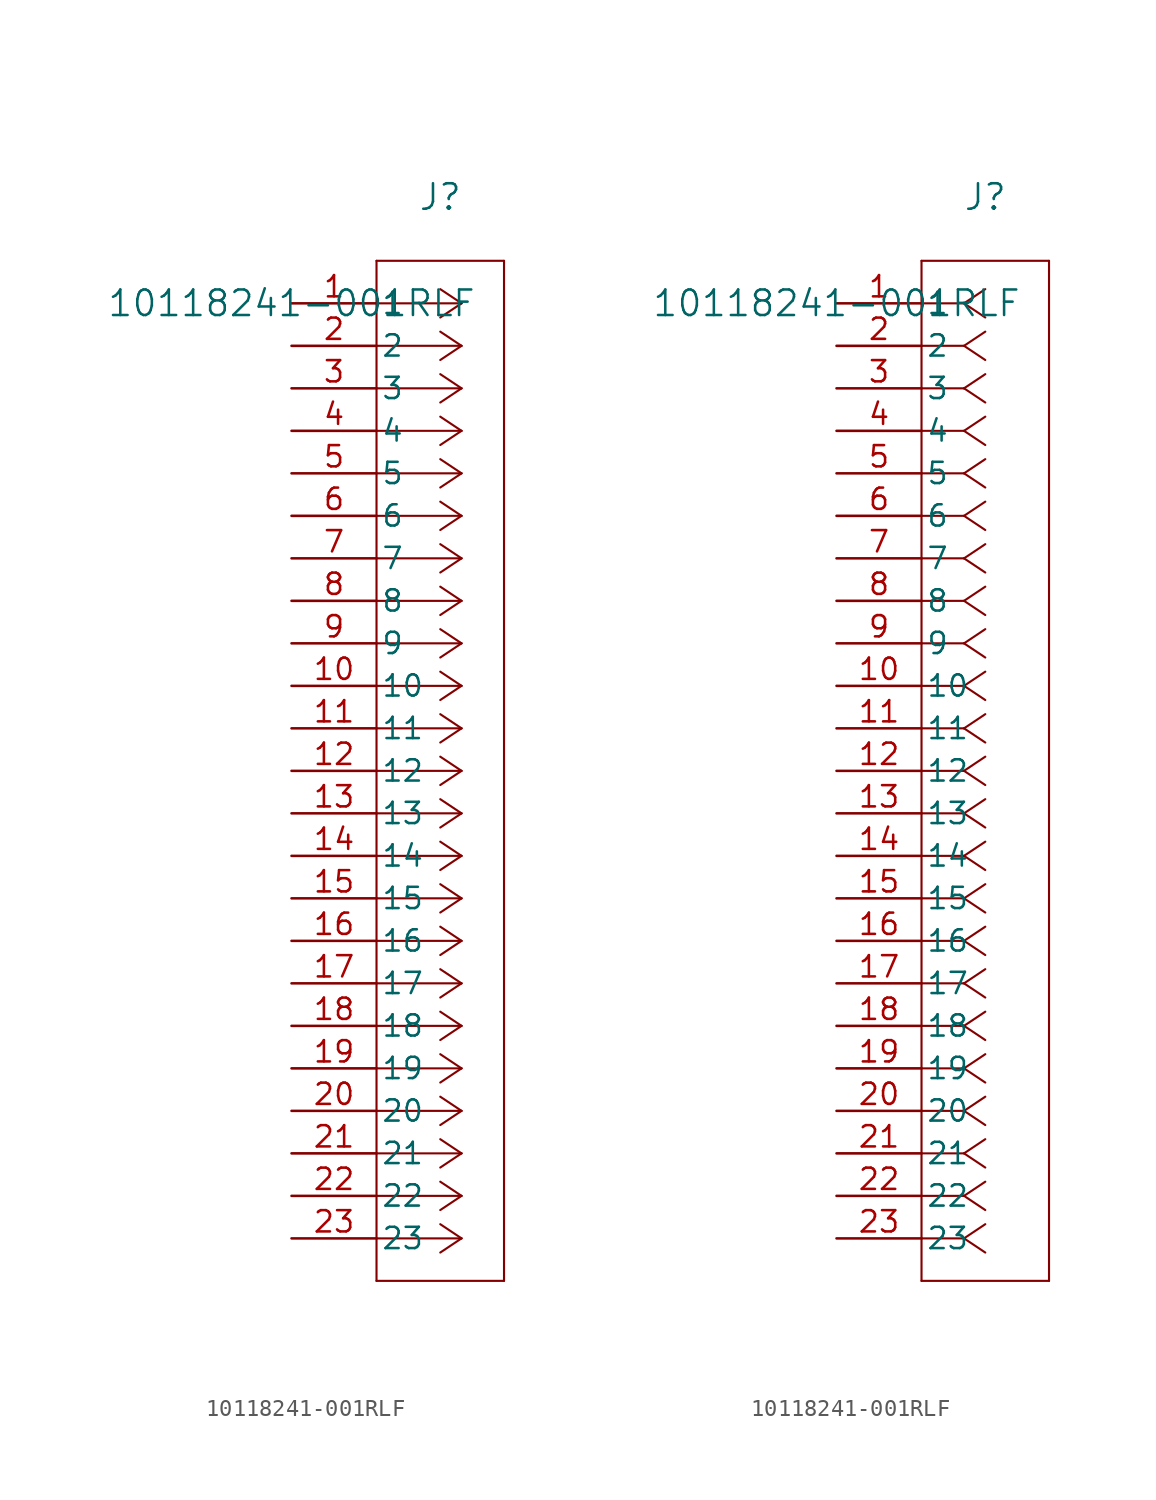
<source format=kicad_sym>
(kicad_symbol_lib
  (version 20211014)
  (generator kicad_symbol_editor)
  (symbol "10118241-001RLF"
    (pin_names
      (offset 0.254))
    (property "Reference" "J"
      (at 8.89 6.35 0)
      (effects (font (size 1.524 1.524))))
    (property "Value" "10118241-001RLF"
      (at 0 0 0)
      (effects (font (size 1.524 1.524))))
    (symbol "10118241-001RLF_1_1"
      (polyline (pts (xy 10.16 0) (xy 5.08 0)) (stroke (width 0.127) (type default) (color 0 0 0 0)) (fill (type none)))
      (polyline (pts (xy 10.16 -2.54) (xy 5.08 -2.54)) (stroke (width 0.127) (type default) (color 0 0 0 0)) (fill (type none)))
      (polyline (pts (xy 10.16 -5.08) (xy 5.08 -5.08)) (stroke (width 0.127) (type default) (color 0 0 0 0)) (fill (type none)))
      (polyline (pts (xy 10.16 -7.62) (xy 5.08 -7.62)) (stroke (width 0.127) (type default) (color 0 0 0 0)) (fill (type none)))
      (polyline (pts (xy 10.16 -10.16) (xy 5.08 -10.16)) (stroke (width 0.127) (type default) (color 0 0 0 0)) (fill (type none)))
      (polyline (pts (xy 10.16 -12.7) (xy 5.08 -12.7)) (stroke (width 0.127) (type default) (color 0 0 0 0)) (fill (type none)))
      (polyline (pts (xy 10.16 -15.24) (xy 5.08 -15.24)) (stroke (width 0.127) (type default) (color 0 0 0 0)) (fill (type none)))
      (polyline (pts (xy 10.16 -17.78) (xy 5.08 -17.78)) (stroke (width 0.127) (type default) (color 0 0 0 0)) (fill (type none)))
      (polyline (pts (xy 10.16 -20.32) (xy 5.08 -20.32)) (stroke (width 0.127) (type default) (color 0 0 0 0)) (fill (type none)))
      (polyline (pts (xy 10.16 -22.86) (xy 5.08 -22.86)) (stroke (width 0.127) (type default) (color 0 0 0 0)) (fill (type none)))
      (polyline (pts (xy 10.16 -25.4) (xy 5.08 -25.4)) (stroke (width 0.127) (type default) (color 0 0 0 0)) (fill (type none)))
      (polyline (pts (xy 10.16 -27.94) (xy 5.08 -27.94)) (stroke (width 0.127) (type default) (color 0 0 0 0)) (fill (type none)))
      (polyline (pts (xy 10.16 -30.48) (xy 5.08 -30.48)) (stroke (width 0.127) (type default) (color 0 0 0 0)) (fill (type none)))
      (polyline (pts (xy 10.16 -33.02) (xy 5.08 -33.02)) (stroke (width 0.127) (type default) (color 0 0 0 0)) (fill (type none)))
      (polyline (pts (xy 10.16 -35.56) (xy 5.08 -35.56)) (stroke (width 0.127) (type default) (color 0 0 0 0)) (fill (type none)))
      (polyline (pts (xy 10.16 -38.1) (xy 5.08 -38.1)) (stroke (width 0.127) (type default) (color 0 0 0 0)) (fill (type none)))
      (polyline (pts (xy 10.16 -40.64) (xy 5.08 -40.64)) (stroke (width 0.127) (type default) (color 0 0 0 0)) (fill (type none)))
      (polyline (pts (xy 10.16 -43.18) (xy 5.08 -43.18)) (stroke (width 0.127) (type default) (color 0 0 0 0)) (fill (type none)))
      (polyline (pts (xy 10.16 -45.72) (xy 5.08 -45.72)) (stroke (width 0.127) (type default) (color 0 0 0 0)) (fill (type none)))
      (polyline (pts (xy 10.16 -48.26) (xy 5.08 -48.26)) (stroke (width 0.127) (type default) (color 0 0 0 0)) (fill (type none)))
      (polyline (pts (xy 10.16 -50.8) (xy 5.08 -50.8)) (stroke (width 0.127) (type default) (color 0 0 0 0)) (fill (type none)))
      (polyline (pts (xy 10.16 -53.34) (xy 5.08 -53.34)) (stroke (width 0.127) (type default) (color 0 0 0 0)) (fill (type none)))
      (polyline (pts (xy 10.16 -55.88) (xy 5.08 -55.88)) (stroke (width 0.127) (type default) (color 0 0 0 0)) (fill (type none)))
      (polyline (pts (xy 10.16 0) (xy 8.89 0.847)) (stroke (width 0.127) (type default) (color 0 0 0 0)) (fill (type none)))
      (polyline (pts (xy 10.16 -2.54) (xy 8.89 -1.693)) (stroke (width 0.127) (type default) (color 0 0 0 0)) (fill (type none)))
      (polyline (pts (xy 10.16 -5.08) (xy 8.89 -4.233)) (stroke (width 0.127) (type default) (color 0 0 0 0)) (fill (type none)))
      (polyline (pts (xy 10.16 -7.62) (xy 8.89 -6.773)) (stroke (width 0.127) (type default) (color 0 0 0 0)) (fill (type none)))
      (polyline (pts (xy 10.16 -10.16) (xy 8.89 -9.313)) (stroke (width 0.127) (type default) (color 0 0 0 0)) (fill (type none)))
      (polyline (pts (xy 10.16 -12.7) (xy 8.89 -11.853)) (stroke (width 0.127) (type default) (color 0 0 0 0)) (fill (type none)))
      (polyline (pts (xy 10.16 -15.24) (xy 8.89 -14.393)) (stroke (width 0.127) (type default) (color 0 0 0 0)) (fill (type none)))
      (polyline (pts (xy 10.16 -17.78) (xy 8.89 -16.933)) (stroke (width 0.127) (type default) (color 0 0 0 0)) (fill (type none)))
      (polyline (pts (xy 10.16 -20.32) (xy 8.89 -19.473)) (stroke (width 0.127) (type default) (color 0 0 0 0)) (fill (type none)))
      (polyline (pts (xy 10.16 -22.86) (xy 8.89 -22.013)) (stroke (width 0.127) (type default) (color 0 0 0 0)) (fill (type none)))
      (polyline (pts (xy 10.16 -25.4) (xy 8.89 -24.553)) (stroke (width 0.127) (type default) (color 0 0 0 0)) (fill (type none)))
      (polyline (pts (xy 10.16 -27.94) (xy 8.89 -27.093)) (stroke (width 0.127) (type default) (color 0 0 0 0)) (fill (type none)))
      (polyline (pts (xy 10.16 -30.48) (xy 8.89 -29.633)) (stroke (width 0.127) (type default) (color 0 0 0 0)) (fill (type none)))
      (polyline (pts (xy 10.16 -33.02) (xy 8.89 -32.173)) (stroke (width 0.127) (type default) (color 0 0 0 0)) (fill (type none)))
      (polyline (pts (xy 10.16 -35.56) (xy 8.89 -34.713)) (stroke (width 0.127) (type default) (color 0 0 0 0)) (fill (type none)))
      (polyline (pts (xy 10.16 -38.1) (xy 8.89 -37.253)) (stroke (width 0.127) (type default) (color 0 0 0 0)) (fill (type none)))
      (polyline (pts (xy 10.16 -40.64) (xy 8.89 -39.793)) (stroke (width 0.127) (type default) (color 0 0 0 0)) (fill (type none)))
      (polyline (pts (xy 10.16 -43.18) (xy 8.89 -42.333)) (stroke (width 0.127) (type default) (color 0 0 0 0)) (fill (type none)))
      (polyline (pts (xy 10.16 -45.72) (xy 8.89 -44.873)) (stroke (width 0.127) (type default) (color 0 0 0 0)) (fill (type none)))
      (polyline (pts (xy 10.16 -48.26) (xy 8.89 -47.413)) (stroke (width 0.127) (type default) (color 0 0 0 0)) (fill (type none)))
      (polyline (pts (xy 10.16 -50.8) (xy 8.89 -49.953)) (stroke (width 0.127) (type default) (color 0 0 0 0)) (fill (type none)))
      (polyline (pts (xy 10.16 -53.34) (xy 8.89 -52.493)) (stroke (width 0.127) (type default) (color 0 0 0 0)) (fill (type none)))
      (polyline (pts (xy 10.16 -55.88) (xy 8.89 -55.033)) (stroke (width 0.127) (type default) (color 0 0 0 0)) (fill (type none)))
      (polyline (pts (xy 10.16 0) (xy 8.89 -0.847)) (stroke (width 0.127) (type default) (color 0 0 0 0)) (fill (type none)))
      (polyline (pts (xy 10.16 -2.54) (xy 8.89 -3.387)) (stroke (width 0.127) (type default) (color 0 0 0 0)) (fill (type none)))
      (polyline (pts (xy 10.16 -5.08) (xy 8.89 -5.927)) (stroke (width 0.127) (type default) (color 0 0 0 0)) (fill (type none)))
      (polyline (pts (xy 10.16 -7.62) (xy 8.89 -8.467)) (stroke (width 0.127) (type default) (color 0 0 0 0)) (fill (type none)))
      (polyline (pts (xy 10.16 -10.16) (xy 8.89 -11.007)) (stroke (width 0.127) (type default) (color 0 0 0 0)) (fill (type none)))
      (polyline (pts (xy 10.16 -12.7) (xy 8.89 -13.547)) (stroke (width 0.127) (type default) (color 0 0 0 0)) (fill (type none)))
      (polyline (pts (xy 10.16 -15.24) (xy 8.89 -16.087)) (stroke (width 0.127) (type default) (color 0 0 0 0)) (fill (type none)))
      (polyline (pts (xy 10.16 -17.78) (xy 8.89 -18.627)) (stroke (width 0.127) (type default) (color 0 0 0 0)) (fill (type none)))
      (polyline (pts (xy 10.16 -20.32) (xy 8.89 -21.167)) (stroke (width 0.127) (type default) (color 0 0 0 0)) (fill (type none)))
      (polyline (pts (xy 10.16 -22.86) (xy 8.89 -23.707)) (stroke (width 0.127) (type default) (color 0 0 0 0)) (fill (type none)))
      (polyline (pts (xy 10.16 -25.4) (xy 8.89 -26.247)) (stroke (width 0.127) (type default) (color 0 0 0 0)) (fill (type none)))
      (polyline (pts (xy 10.16 -27.94) (xy 8.89 -28.787)) (stroke (width 0.127) (type default) (color 0 0 0 0)) (fill (type none)))
      (polyline (pts (xy 10.16 -30.48) (xy 8.89 -31.327)) (stroke (width 0.127) (type default) (color 0 0 0 0)) (fill (type none)))
      (polyline (pts (xy 10.16 -33.02) (xy 8.89 -33.867)) (stroke (width 0.127) (type default) (color 0 0 0 0)) (fill (type none)))
      (polyline (pts (xy 10.16 -35.56) (xy 8.89 -36.407)) (stroke (width 0.127) (type default) (color 0 0 0 0)) (fill (type none)))
      (polyline (pts (xy 10.16 -38.1) (xy 8.89 -38.947)) (stroke (width 0.127) (type default) (color 0 0 0 0)) (fill (type none)))
      (polyline (pts (xy 10.16 -40.64) (xy 8.89 -41.487)) (stroke (width 0.127) (type default) (color 0 0 0 0)) (fill (type none)))
      (polyline (pts (xy 10.16 -43.18) (xy 8.89 -44.027)) (stroke (width 0.127) (type default) (color 0 0 0 0)) (fill (type none)))
      (polyline (pts (xy 10.16 -45.72) (xy 8.89 -46.567)) (stroke (width 0.127) (type default) (color 0 0 0 0)) (fill (type none)))
      (polyline (pts (xy 10.16 -48.26) (xy 8.89 -49.107)) (stroke (width 0.127) (type default) (color 0 0 0 0)) (fill (type none)))
      (polyline (pts (xy 10.16 -50.8) (xy 8.89 -51.647)) (stroke (width 0.127) (type default) (color 0 0 0 0)) (fill (type none)))
      (polyline (pts (xy 10.16 -53.34) (xy 8.89 -54.187)) (stroke (width 0.127) (type default) (color 0 0 0 0)) (fill (type none)))
      (polyline (pts (xy 10.16 -55.88) (xy 8.89 -56.727)) (stroke (width 0.127) (type default) (color 0 0 0 0)) (fill (type none)))
      (polyline (pts (xy 5.08 2.54) (xy 5.08 -58.42)) (stroke (width 0.127) (type default) (color 0 0 0 0)) (fill (type none)))
      (polyline (pts (xy 5.08 -58.42) (xy 12.7 -58.42)) (stroke (width 0.127) (type default) (color 0 0 0 0)) (fill (type none)))
      (polyline (pts (xy 12.7 -58.42) (xy 12.7 2.54)) (stroke (width 0.127) (type default) (color 0 0 0 0)) (fill (type none)))
      (polyline (pts (xy 12.7 2.54) (xy 5.08 2.54)) (stroke (width 0.127) (type default) (color 0 0 0 0)) (fill (type none)))
      (pin unspecified line (at 0 0 0) (length 5.08) (name "1" (effects (font (size 1.27 1.27)))) (number "1" (effects (font (size 1.27 1.27)))))
      (pin unspecified line (at 0 -2.54 0) (length 5.08) (name "2" (effects (font (size 1.27 1.27)))) (number "2" (effects (font (size 1.27 1.27)))))
      (pin unspecified line (at 0 -5.08 0) (length 5.08) (name "3" (effects (font (size 1.27 1.27)))) (number "3" (effects (font (size 1.27 1.27)))))
      (pin unspecified line (at 0 -7.62 0) (length 5.08) (name "4" (effects (font (size 1.27 1.27)))) (number "4" (effects (font (size 1.27 1.27)))))
      (pin unspecified line (at 0 -10.16 0) (length 5.08) (name "5" (effects (font (size 1.27 1.27)))) (number "5" (effects (font (size 1.27 1.27)))))
      (pin unspecified line (at 0 -12.7 0) (length 5.08) (name "6" (effects (font (size 1.27 1.27)))) (number "6" (effects (font (size 1.27 1.27)))))
      (pin unspecified line (at 0 -15.24 0) (length 5.08) (name "7" (effects (font (size 1.27 1.27)))) (number "7" (effects (font (size 1.27 1.27)))))
      (pin unspecified line (at 0 -17.78 0) (length 5.08) (name "8" (effects (font (size 1.27 1.27)))) (number "8" (effects (font (size 1.27 1.27)))))
      (pin unspecified line (at 0 -20.32 0) (length 5.08) (name "9" (effects (font (size 1.27 1.27)))) (number "9" (effects (font (size 1.27 1.27)))))
      (pin unspecified line (at 0 -22.86 0) (length 5.08) (name "10" (effects (font (size 1.27 1.27)))) (number "10" (effects (font (size 1.27 1.27)))))
      (pin unspecified line (at 0 -25.4 0) (length 5.08) (name "11" (effects (font (size 1.27 1.27)))) (number "11" (effects (font (size 1.27 1.27)))))
      (pin unspecified line (at 0 -27.94 0) (length 5.08) (name "12" (effects (font (size 1.27 1.27)))) (number "12" (effects (font (size 1.27 1.27)))))
      (pin unspecified line (at 0 -30.48 0) (length 5.08) (name "13" (effects (font (size 1.27 1.27)))) (number "13" (effects (font (size 1.27 1.27)))))
      (pin unspecified line (at 0 -33.02 0) (length 5.08) (name "14" (effects (font (size 1.27 1.27)))) (number "14" (effects (font (size 1.27 1.27)))))
      (pin unspecified line (at 0 -35.56 0) (length 5.08) (name "15" (effects (font (size 1.27 1.27)))) (number "15" (effects (font (size 1.27 1.27)))))
      (pin unspecified line (at 0 -38.1 0) (length 5.08) (name "16" (effects (font (size 1.27 1.27)))) (number "16" (effects (font (size 1.27 1.27)))))
      (pin unspecified line (at 0 -40.64 0) (length 5.08) (name "17" (effects (font (size 1.27 1.27)))) (number "17" (effects (font (size 1.27 1.27)))))
      (pin unspecified line (at 0 -43.18 0) (length 5.08) (name "18" (effects (font (size 1.27 1.27)))) (number "18" (effects (font (size 1.27 1.27)))))
      (pin unspecified line (at 0 -45.72 0) (length 5.08) (name "19" (effects (font (size 1.27 1.27)))) (number "19" (effects (font (size 1.27 1.27)))))
      (pin unspecified line (at 0 -48.26 0) (length 5.08) (name "20" (effects (font (size 1.27 1.27)))) (number "20" (effects (font (size 1.27 1.27)))))
      (pin unspecified line (at 0 -50.8 0) (length 5.08) (name "21" (effects (font (size 1.27 1.27)))) (number "21" (effects (font (size 1.27 1.27)))))
      (pin unspecified line (at 0 -53.34 0) (length 5.08) (name "22" (effects (font (size 1.27 1.27)))) (number "22" (effects (font (size 1.27 1.27)))))
      (pin unspecified line (at 0 -55.88 0) (length 5.08) (name "23" (effects (font (size 1.27 1.27)))) (number "23" (effects (font (size 1.27 1.27))))))
    (symbol "10118241-001RLF_1_2"
      (polyline (pts (xy 7.62 0) (xy 5.08 0)) (stroke (width 0.127) (type default) (color 0 0 0 0)) (fill (type none)))
      (polyline (pts (xy 7.62 -2.54) (xy 5.08 -2.54)) (stroke (width 0.127) (type default) (color 0 0 0 0)) (fill (type none)))
      (polyline (pts (xy 7.62 -5.08) (xy 5.08 -5.08)) (stroke (width 0.127) (type default) (color 0 0 0 0)) (fill (type none)))
      (polyline (pts (xy 7.62 -7.62) (xy 5.08 -7.62)) (stroke (width 0.127) (type default) (color 0 0 0 0)) (fill (type none)))
      (polyline (pts (xy 7.62 -10.16) (xy 5.08 -10.16)) (stroke (width 0.127) (type default) (color 0 0 0 0)) (fill (type none)))
      (polyline (pts (xy 7.62 -12.7) (xy 5.08 -12.7)) (stroke (width 0.127) (type default) (color 0 0 0 0)) (fill (type none)))
      (polyline (pts (xy 7.62 -15.24) (xy 5.08 -15.24)) (stroke (width 0.127) (type default) (color 0 0 0 0)) (fill (type none)))
      (polyline (pts (xy 7.62 -17.78) (xy 5.08 -17.78)) (stroke (width 0.127) (type default) (color 0 0 0 0)) (fill (type none)))
      (polyline (pts (xy 7.62 -20.32) (xy 5.08 -20.32)) (stroke (width 0.127) (type default) (color 0 0 0 0)) (fill (type none)))
      (polyline (pts (xy 7.62 -22.86) (xy 5.08 -22.86)) (stroke (width 0.127) (type default) (color 0 0 0 0)) (fill (type none)))
      (polyline (pts (xy 7.62 -25.4) (xy 5.08 -25.4)) (stroke (width 0.127) (type default) (color 0 0 0 0)) (fill (type none)))
      (polyline (pts (xy 7.62 -27.94) (xy 5.08 -27.94)) (stroke (width 0.127) (type default) (color 0 0 0 0)) (fill (type none)))
      (polyline (pts (xy 7.62 -30.48) (xy 5.08 -30.48)) (stroke (width 0.127) (type default) (color 0 0 0 0)) (fill (type none)))
      (polyline (pts (xy 7.62 -33.02) (xy 5.08 -33.02)) (stroke (width 0.127) (type default) (color 0 0 0 0)) (fill (type none)))
      (polyline (pts (xy 7.62 -35.56) (xy 5.08 -35.56)) (stroke (width 0.127) (type default) (color 0 0 0 0)) (fill (type none)))
      (polyline (pts (xy 7.62 -38.1) (xy 5.08 -38.1)) (stroke (width 0.127) (type default) (color 0 0 0 0)) (fill (type none)))
      (polyline (pts (xy 7.62 -40.64) (xy 5.08 -40.64)) (stroke (width 0.127) (type default) (color 0 0 0 0)) (fill (type none)))
      (polyline (pts (xy 7.62 -43.18) (xy 5.08 -43.18)) (stroke (width 0.127) (type default) (color 0 0 0 0)) (fill (type none)))
      (polyline (pts (xy 7.62 -45.72) (xy 5.08 -45.72)) (stroke (width 0.127) (type default) (color 0 0 0 0)) (fill (type none)))
      (polyline (pts (xy 7.62 -48.26) (xy 5.08 -48.26)) (stroke (width 0.127) (type default) (color 0 0 0 0)) (fill (type none)))
      (polyline (pts (xy 7.62 -50.8) (xy 5.08 -50.8)) (stroke (width 0.127) (type default) (color 0 0 0 0)) (fill (type none)))
      (polyline (pts (xy 7.62 -53.34) (xy 5.08 -53.34)) (stroke (width 0.127) (type default) (color 0 0 0 0)) (fill (type none)))
      (polyline (pts (xy 7.62 -55.88) (xy 5.08 -55.88)) (stroke (width 0.127) (type default) (color 0 0 0 0)) (fill (type none)))
      (polyline (pts (xy 7.62 0) (xy 8.89 0.847)) (stroke (width 0.127) (type default) (color 0 0 0 0)) (fill (type none)))
      (polyline (pts (xy 7.62 -2.54) (xy 8.89 -1.693)) (stroke (width 0.127) (type default) (color 0 0 0 0)) (fill (type none)))
      (polyline (pts (xy 7.62 -5.08) (xy 8.89 -4.233)) (stroke (width 0.127) (type default) (color 0 0 0 0)) (fill (type none)))
      (polyline (pts (xy 7.62 -7.62) (xy 8.89 -6.773)) (stroke (width 0.127) (type default) (color 0 0 0 0)) (fill (type none)))
      (polyline (pts (xy 7.62 -10.16) (xy 8.89 -9.313)) (stroke (width 0.127) (type default) (color 0 0 0 0)) (fill (type none)))
      (polyline (pts (xy 7.62 -12.7) (xy 8.89 -11.853)) (stroke (width 0.127) (type default) (color 0 0 0 0)) (fill (type none)))
      (polyline (pts (xy 7.62 -15.24) (xy 8.89 -14.393)) (stroke (width 0.127) (type default) (color 0 0 0 0)) (fill (type none)))
      (polyline (pts (xy 7.62 -17.78) (xy 8.89 -16.933)) (stroke (width 0.127) (type default) (color 0 0 0 0)) (fill (type none)))
      (polyline (pts (xy 7.62 -20.32) (xy 8.89 -19.473)) (stroke (width 0.127) (type default) (color 0 0 0 0)) (fill (type none)))
      (polyline (pts (xy 7.62 -22.86) (xy 8.89 -22.013)) (stroke (width 0.127) (type default) (color 0 0 0 0)) (fill (type none)))
      (polyline (pts (xy 7.62 -25.4) (xy 8.89 -24.553)) (stroke (width 0.127) (type default) (color 0 0 0 0)) (fill (type none)))
      (polyline (pts (xy 7.62 -27.94) (xy 8.89 -27.093)) (stroke (width 0.127) (type default) (color 0 0 0 0)) (fill (type none)))
      (polyline (pts (xy 7.62 -30.48) (xy 8.89 -29.633)) (stroke (width 0.127) (type default) (color 0 0 0 0)) (fill (type none)))
      (polyline (pts (xy 7.62 -33.02) (xy 8.89 -32.173)) (stroke (width 0.127) (type default) (color 0 0 0 0)) (fill (type none)))
      (polyline (pts (xy 7.62 -35.56) (xy 8.89 -34.713)) (stroke (width 0.127) (type default) (color 0 0 0 0)) (fill (type none)))
      (polyline (pts (xy 7.62 -38.1) (xy 8.89 -37.253)) (stroke (width 0.127) (type default) (color 0 0 0 0)) (fill (type none)))
      (polyline (pts (xy 7.62 -40.64) (xy 8.89 -39.793)) (stroke (width 0.127) (type default) (color 0 0 0 0)) (fill (type none)))
      (polyline (pts (xy 7.62 -43.18) (xy 8.89 -42.333)) (stroke (width 0.127) (type default) (color 0 0 0 0)) (fill (type none)))
      (polyline (pts (xy 7.62 -45.72) (xy 8.89 -44.873)) (stroke (width 0.127) (type default) (color 0 0 0 0)) (fill (type none)))
      (polyline (pts (xy 7.62 -48.26) (xy 8.89 -47.413)) (stroke (width 0.127) (type default) (color 0 0 0 0)) (fill (type none)))
      (polyline (pts (xy 7.62 -50.8) (xy 8.89 -49.953)) (stroke (width 0.127) (type default) (color 0 0 0 0)) (fill (type none)))
      (polyline (pts (xy 7.62 -53.34) (xy 8.89 -52.493)) (stroke (width 0.127) (type default) (color 0 0 0 0)) (fill (type none)))
      (polyline (pts (xy 7.62 -55.88) (xy 8.89 -55.033)) (stroke (width 0.127) (type default) (color 0 0 0 0)) (fill (type none)))
      (polyline (pts (xy 7.62 0) (xy 8.89 -0.847)) (stroke (width 0.127) (type default) (color 0 0 0 0)) (fill (type none)))
      (polyline (pts (xy 7.62 -2.54) (xy 8.89 -3.387)) (stroke (width 0.127) (type default) (color 0 0 0 0)) (fill (type none)))
      (polyline (pts (xy 7.62 -5.08) (xy 8.89 -5.927)) (stroke (width 0.127) (type default) (color 0 0 0 0)) (fill (type none)))
      (polyline (pts (xy 7.62 -7.62) (xy 8.89 -8.467)) (stroke (width 0.127) (type default) (color 0 0 0 0)) (fill (type none)))
      (polyline (pts (xy 7.62 -10.16) (xy 8.89 -11.007)) (stroke (width 0.127) (type default) (color 0 0 0 0)) (fill (type none)))
      (polyline (pts (xy 7.62 -12.7) (xy 8.89 -13.547)) (stroke (width 0.127) (type default) (color 0 0 0 0)) (fill (type none)))
      (polyline (pts (xy 7.62 -15.24) (xy 8.89 -16.087)) (stroke (width 0.127) (type default) (color 0 0 0 0)) (fill (type none)))
      (polyline (pts (xy 7.62 -17.78) (xy 8.89 -18.627)) (stroke (width 0.127) (type default) (color 0 0 0 0)) (fill (type none)))
      (polyline (pts (xy 7.62 -20.32) (xy 8.89 -21.167)) (stroke (width 0.127) (type default) (color 0 0 0 0)) (fill (type none)))
      (polyline (pts (xy 7.62 -22.86) (xy 8.89 -23.707)) (stroke (width 0.127) (type default) (color 0 0 0 0)) (fill (type none)))
      (polyline (pts (xy 7.62 -25.4) (xy 8.89 -26.247)) (stroke (width 0.127) (type default) (color 0 0 0 0)) (fill (type none)))
      (polyline (pts (xy 7.62 -27.94) (xy 8.89 -28.787)) (stroke (width 0.127) (type default) (color 0 0 0 0)) (fill (type none)))
      (polyline (pts (xy 7.62 -30.48) (xy 8.89 -31.327)) (stroke (width 0.127) (type default) (color 0 0 0 0)) (fill (type none)))
      (polyline (pts (xy 7.62 -33.02) (xy 8.89 -33.867)) (stroke (width 0.127) (type default) (color 0 0 0 0)) (fill (type none)))
      (polyline (pts (xy 7.62 -35.56) (xy 8.89 -36.407)) (stroke (width 0.127) (type default) (color 0 0 0 0)) (fill (type none)))
      (polyline (pts (xy 7.62 -38.1) (xy 8.89 -38.947)) (stroke (width 0.127) (type default) (color 0 0 0 0)) (fill (type none)))
      (polyline (pts (xy 7.62 -40.64) (xy 8.89 -41.487)) (stroke (width 0.127) (type default) (color 0 0 0 0)) (fill (type none)))
      (polyline (pts (xy 7.62 -43.18) (xy 8.89 -44.027)) (stroke (width 0.127) (type default) (color 0 0 0 0)) (fill (type none)))
      (polyline (pts (xy 7.62 -45.72) (xy 8.89 -46.567)) (stroke (width 0.127) (type default) (color 0 0 0 0)) (fill (type none)))
      (polyline (pts (xy 7.62 -48.26) (xy 8.89 -49.107)) (stroke (width 0.127) (type default) (color 0 0 0 0)) (fill (type none)))
      (polyline (pts (xy 7.62 -50.8) (xy 8.89 -51.647)) (stroke (width 0.127) (type default) (color 0 0 0 0)) (fill (type none)))
      (polyline (pts (xy 7.62 -53.34) (xy 8.89 -54.187)) (stroke (width 0.127) (type default) (color 0 0 0 0)) (fill (type none)))
      (polyline (pts (xy 7.62 -55.88) (xy 8.89 -56.727)) (stroke (width 0.127) (type default) (color 0 0 0 0)) (fill (type none)))
      (polyline (pts (xy 5.08 2.54) (xy 5.08 -58.42)) (stroke (width 0.127) (type default) (color 0 0 0 0)) (fill (type none)))
      (polyline (pts (xy 5.08 -58.42) (xy 12.7 -58.42)) (stroke (width 0.127) (type default) (color 0 0 0 0)) (fill (type none)))
      (polyline (pts (xy 12.7 -58.42) (xy 12.7 2.54)) (stroke (width 0.127) (type default) (color 0 0 0 0)) (fill (type none)))
      (polyline (pts (xy 12.7 2.54) (xy 5.08 2.54)) (stroke (width 0.127) (type default) (color 0 0 0 0)) (fill (type none)))
      (pin unspecified line (at 0 0 0) (length 5.08) (name "1" (effects (font (size 1.27 1.27)))) (number "1" (effects (font (size 1.27 1.27)))))
      (pin unspecified line (at 0 -2.54 0) (length 5.08) (name "2" (effects (font (size 1.27 1.27)))) (number "2" (effects (font (size 1.27 1.27)))))
      (pin unspecified line (at 0 -5.08 0) (length 5.08) (name "3" (effects (font (size 1.27 1.27)))) (number "3" (effects (font (size 1.27 1.27)))))
      (pin unspecified line (at 0 -7.62 0) (length 5.08) (name "4" (effects (font (size 1.27 1.27)))) (number "4" (effects (font (size 1.27 1.27)))))
      (pin unspecified line (at 0 -10.16 0) (length 5.08) (name "5" (effects (font (size 1.27 1.27)))) (number "5" (effects (font (size 1.27 1.27)))))
      (pin unspecified line (at 0 -12.7 0) (length 5.08) (name "6" (effects (font (size 1.27 1.27)))) (number "6" (effects (font (size 1.27 1.27)))))
      (pin unspecified line (at 0 -15.24 0) (length 5.08) (name "7" (effects (font (size 1.27 1.27)))) (number "7" (effects (font (size 1.27 1.27)))))
      (pin unspecified line (at 0 -17.78 0) (length 5.08) (name "8" (effects (font (size 1.27 1.27)))) (number "8" (effects (font (size 1.27 1.27)))))
      (pin unspecified line (at 0 -20.32 0) (length 5.08) (name "9" (effects (font (size 1.27 1.27)))) (number "9" (effects (font (size 1.27 1.27)))))
      (pin unspecified line (at 0 -22.86 0) (length 5.08) (name "10" (effects (font (size 1.27 1.27)))) (number "10" (effects (font (size 1.27 1.27)))))
      (pin unspecified line (at 0 -25.4 0) (length 5.08) (name "11" (effects (font (size 1.27 1.27)))) (number "11" (effects (font (size 1.27 1.27)))))
      (pin unspecified line (at 0 -27.94 0) (length 5.08) (name "12" (effects (font (size 1.27 1.27)))) (number "12" (effects (font (size 1.27 1.27)))))
      (pin unspecified line (at 0 -30.48 0) (length 5.08) (name "13" (effects (font (size 1.27 1.27)))) (number "13" (effects (font (size 1.27 1.27)))))
      (pin unspecified line (at 0 -33.02 0) (length 5.08) (name "14" (effects (font (size 1.27 1.27)))) (number "14" (effects (font (size 1.27 1.27)))))
      (pin unspecified line (at 0 -35.56 0) (length 5.08) (name "15" (effects (font (size 1.27 1.27)))) (number "15" (effects (font (size 1.27 1.27)))))
      (pin unspecified line (at 0 -38.1 0) (length 5.08) (name "16" (effects (font (size 1.27 1.27)))) (number "16" (effects (font (size 1.27 1.27)))))
      (pin unspecified line (at 0 -40.64 0) (length 5.08) (name "17" (effects (font (size 1.27 1.27)))) (number "17" (effects (font (size 1.27 1.27)))))
      (pin unspecified line (at 0 -43.18 0) (length 5.08) (name "18" (effects (font (size 1.27 1.27)))) (number "18" (effects (font (size 1.27 1.27)))))
      (pin unspecified line (at 0 -45.72 0) (length 5.08) (name "19" (effects (font (size 1.27 1.27)))) (number "19" (effects (font (size 1.27 1.27)))))
      (pin unspecified line (at 0 -48.26 0) (length 5.08) (name "20" (effects (font (size 1.27 1.27)))) (number "20" (effects (font (size 1.27 1.27)))))
      (pin unspecified line (at 0 -50.8 0) (length 5.08) (name "21" (effects (font (size 1.27 1.27)))) (number "21" (effects (font (size 1.27 1.27)))))
      (pin unspecified line (at 0 -53.34 0) (length 5.08) (name "22" (effects (font (size 1.27 1.27)))) (number "22" (effects (font (size 1.27 1.27)))))
      (pin unspecified line (at 0 -55.88 0) (length 5.08) (name "23" (effects (font (size 1.27 1.27)))) (number "23" (effects (font (size 1.27 1.27))))))))
</source>
